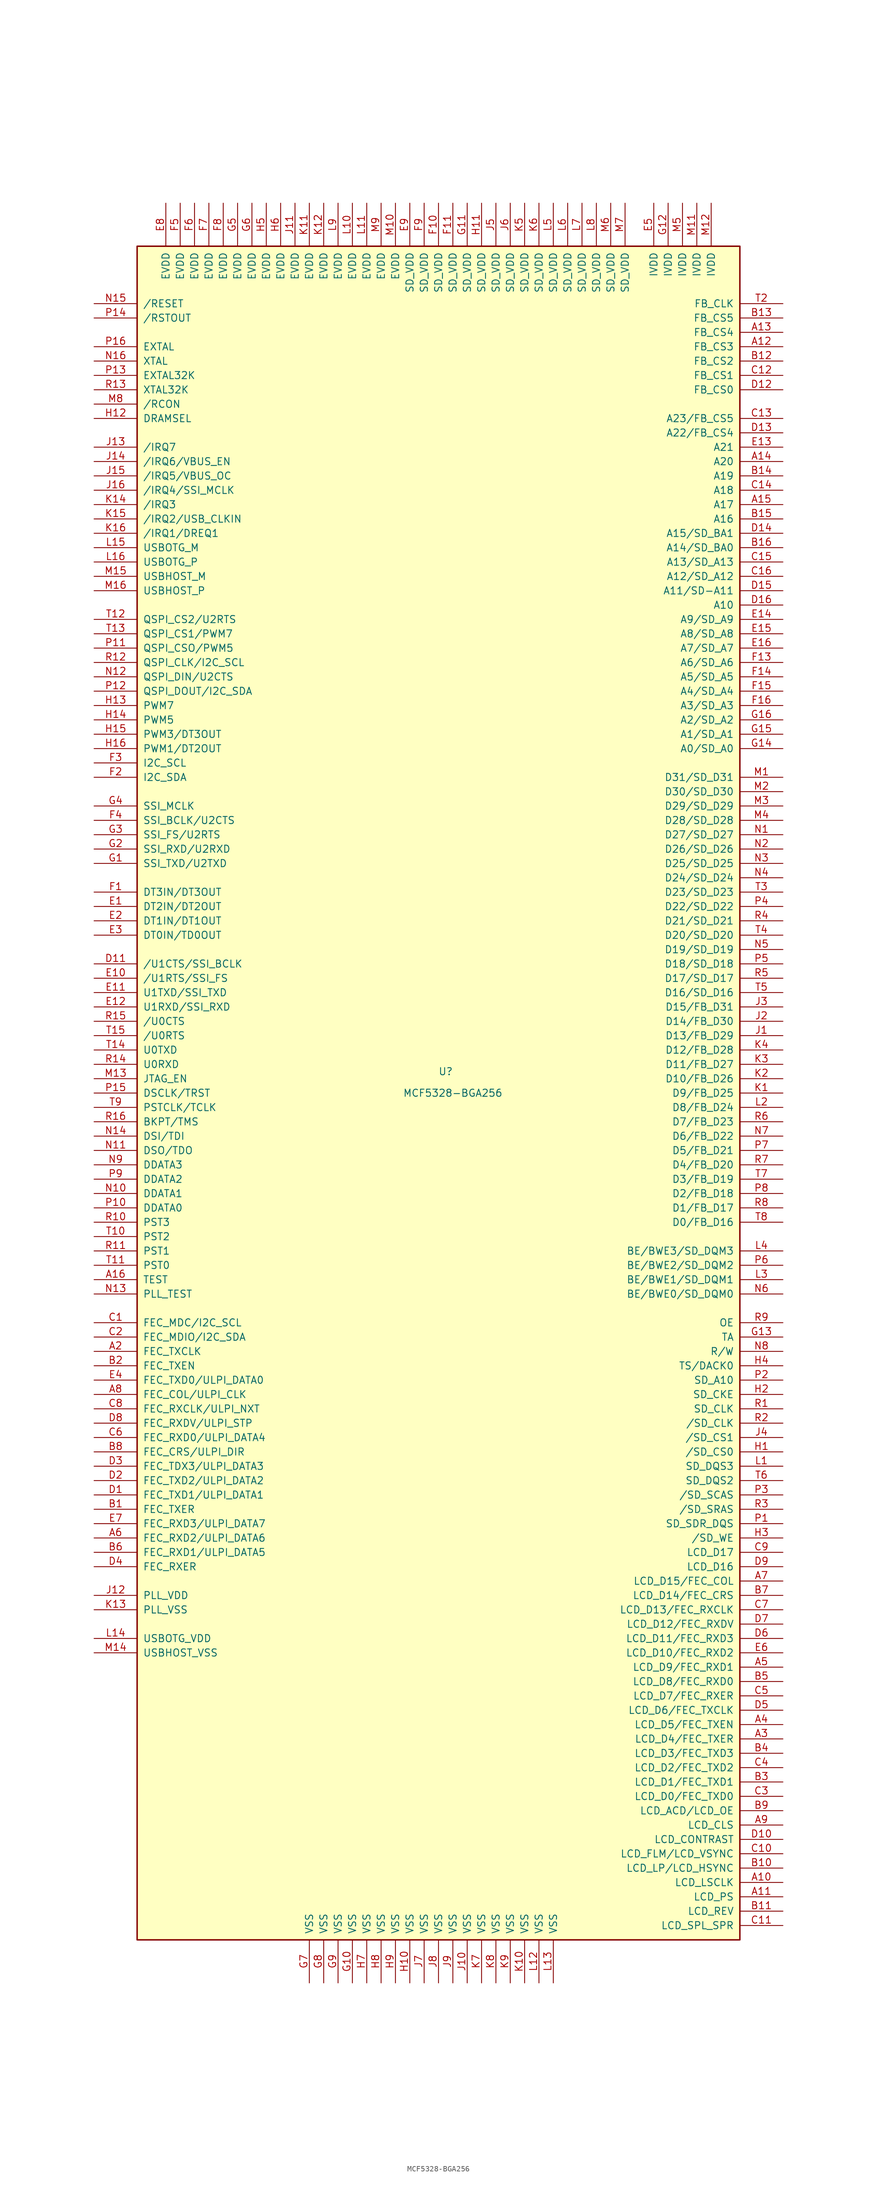
<source format=kicad_sym>
(kicad_symbol_lib
  (version 20231120)
  (generator "kicad_symbol_editor")
  (generator_version "8.0")
  (symbol "MCF5328-BGA256"
    (pin_names
      (offset 1.016))
    (property "Reference" "U"
      (at 1.27 3.81 0)
      (effects (font (size 1.27 1.27))))
    (property "Value" "MCF5328-BGA256"
      (at 2.54 0 0)
      (effects (font (size 1.27 1.27))))
    (symbol "MCF5328-BGA256_0_1"
      (rectangle (start -53.34 149.86) (end 53.34 -149.86) (stroke (width 0.254) (type default)) (fill (type background))))
    (symbol "MCF5328-BGA256_1_1"
      (pin output line (at 60.96 -139.7 180) (length 7.62) (name "LCD_LSCLK" (effects (font (size 1.27 1.27)))) (number "A10" (effects (font (size 1.27 1.27)))))
      (pin output line (at 60.96 -142.24 180) (length 7.62) (name "LCD_PS" (effects (font (size 1.27 1.27)))) (number "A11" (effects (font (size 1.27 1.27)))))
      (pin output line (at 60.96 132.08 180) (length 7.62) (name "FB_CS3" (effects (font (size 1.27 1.27)))) (number "A12" (effects (font (size 1.27 1.27)))))
      (pin output line (at 60.96 134.62 180) (length 7.62) (name "FB_CS4" (effects (font (size 1.27 1.27)))) (number "A13" (effects (font (size 1.27 1.27)))))
      (pin output line (at 60.96 111.76 180) (length 7.62) (name "A20" (effects (font (size 1.27 1.27)))) (number "A14" (effects (font (size 1.27 1.27)))))
      (pin output line (at 60.96 104.14 180) (length 7.62) (name "A17" (effects (font (size 1.27 1.27)))) (number "A15" (effects (font (size 1.27 1.27)))))
      (pin input line (at -60.96 -33.02 0) (length 7.62) (name "TEST" (effects (font (size 1.27 1.27)))) (number "A16" (effects (font (size 1.27 1.27)))))
      (pin input line (at -60.96 -45.72 0) (length 7.62) (name "FEC_TXCLK" (effects (font (size 1.27 1.27)))) (number "A2" (effects (font (size 1.27 1.27)))))
      (pin output line (at 60.96 -114.3 180) (length 7.62) (name "LCD_D4/FEC_TXER" (effects (font (size 1.27 1.27)))) (number "A3" (effects (font (size 1.27 1.27)))))
      (pin output line (at 60.96 -111.76 180) (length 7.62) (name "LCD_D5/FEC_TXEN" (effects (font (size 1.27 1.27)))) (number "A4" (effects (font (size 1.27 1.27)))))
      (pin output line (at 60.96 -101.6 180) (length 7.62) (name "LCD_D9/FEC_RXD1" (effects (font (size 1.27 1.27)))) (number "A5" (effects (font (size 1.27 1.27)))))
      (pin input line (at -60.96 -78.74 0) (length 7.62) (name "FEC_RXD2/ULPI_DATA6" (effects (font (size 1.27 1.27)))) (number "A6" (effects (font (size 1.27 1.27)))))
      (pin output line (at 60.96 -86.36 180) (length 7.62) (name "LCD_D15/FEC_COL" (effects (font (size 1.27 1.27)))) (number "A7" (effects (font (size 1.27 1.27)))))
      (pin input line (at -60.96 -53.34 0) (length 7.62) (name "FEC_COL/ULPI_CLK" (effects (font (size 1.27 1.27)))) (number "A8" (effects (font (size 1.27 1.27)))))
      (pin output line (at 60.96 -129.54 180) (length 7.62) (name "LCD_CLS" (effects (font (size 1.27 1.27)))) (number "A9" (effects (font (size 1.27 1.27)))))
      (pin output line (at -60.96 -73.66 0) (length 7.62) (name "FEC_TXER" (effects (font (size 1.27 1.27)))) (number "B1" (effects (font (size 1.27 1.27)))))
      (pin output line (at 60.96 -137.16 180) (length 7.62) (name "LCD_LP/LCD_HSYNC" (effects (font (size 1.27 1.27)))) (number "B10" (effects (font (size 1.27 1.27)))))
      (pin output line (at 60.96 -144.78 180) (length 7.62) (name "LCD_REV" (effects (font (size 1.27 1.27)))) (number "B11" (effects (font (size 1.27 1.27)))))
      (pin output line (at 60.96 129.54 180) (length 7.62) (name "FB_CS2" (effects (font (size 1.27 1.27)))) (number "B12" (effects (font (size 1.27 1.27)))))
      (pin output line (at 60.96 137.16 180) (length 7.62) (name "FB_CS5" (effects (font (size 1.27 1.27)))) (number "B13" (effects (font (size 1.27 1.27)))))
      (pin output line (at 60.96 109.22 180) (length 7.62) (name "A19" (effects (font (size 1.27 1.27)))) (number "B14" (effects (font (size 1.27 1.27)))))
      (pin output line (at 60.96 101.6 180) (length 7.62) (name "A16" (effects (font (size 1.27 1.27)))) (number "B15" (effects (font (size 1.27 1.27)))))
      (pin output line (at 60.96 96.52 180) (length 7.62) (name "A14/SD_BA0" (effects (font (size 1.27 1.27)))) (number "B16" (effects (font (size 1.27 1.27)))))
      (pin output line (at -60.96 -48.26 0) (length 7.62) (name "FEC_TXEN" (effects (font (size 1.27 1.27)))) (number "B2" (effects (font (size 1.27 1.27)))))
      (pin output line (at 60.96 -121.92 180) (length 7.62) (name "LCD_D1/FEC_TXD1" (effects (font (size 1.27 1.27)))) (number "B3" (effects (font (size 1.27 1.27)))))
      (pin output line (at 60.96 -116.84 180) (length 7.62) (name "LCD_D3/FEC_TXD3" (effects (font (size 1.27 1.27)))) (number "B4" (effects (font (size 1.27 1.27)))))
      (pin output line (at 60.96 -104.14 180) (length 7.62) (name "LCD_D8/FEC_RXD0" (effects (font (size 1.27 1.27)))) (number "B5" (effects (font (size 1.27 1.27)))))
      (pin input line (at -60.96 -81.28 0) (length 7.62) (name "FEC_RXD1/ULPI_DATA5" (effects (font (size 1.27 1.27)))) (number "B6" (effects (font (size 1.27 1.27)))))
      (pin output line (at 60.96 -88.9 180) (length 7.62) (name "LCD_D14/FEC_CRS" (effects (font (size 1.27 1.27)))) (number "B7" (effects (font (size 1.27 1.27)))))
      (pin input line (at -60.96 -63.5 0) (length 7.62) (name "FEC_CRS/ULPI_DIR" (effects (font (size 1.27 1.27)))) (number "B8" (effects (font (size 1.27 1.27)))))
      (pin output line (at 60.96 -127 180) (length 7.62) (name "LCD_ACD/LCD_OE" (effects (font (size 1.27 1.27)))) (number "B9" (effects (font (size 1.27 1.27)))))
      (pin output line (at -60.96 -40.64 0) (length 7.62) (name "FEC_MDC/I2C_SCL" (effects (font (size 1.27 1.27)))) (number "C1" (effects (font (size 1.27 1.27)))))
      (pin output line (at 60.96 -134.62 180) (length 7.62) (name "LCD_FLM/LCD_VSYNC" (effects (font (size 1.27 1.27)))) (number "C10" (effects (font (size 1.27 1.27)))))
      (pin output line (at 60.96 -147.32 180) (length 7.62) (name "LCD_SPL_SPR" (effects (font (size 1.27 1.27)))) (number "C11" (effects (font (size 1.27 1.27)))))
      (pin output line (at 60.96 127 180) (length 7.62) (name "FB_CS1" (effects (font (size 1.27 1.27)))) (number "C12" (effects (font (size 1.27 1.27)))))
      (pin output line (at 60.96 119.38 180) (length 7.62) (name "A23/FB_CS5" (effects (font (size 1.27 1.27)))) (number "C13" (effects (font (size 1.27 1.27)))))
      (pin output line (at 60.96 106.68 180) (length 7.62) (name "A18" (effects (font (size 1.27 1.27)))) (number "C14" (effects (font (size 1.27 1.27)))))
      (pin output line (at 60.96 93.98 180) (length 7.62) (name "A13/SD_A13" (effects (font (size 1.27 1.27)))) (number "C15" (effects (font (size 1.27 1.27)))))
      (pin output line (at 60.96 91.44 180) (length 7.62) (name "A12/SD_A12" (effects (font (size 1.27 1.27)))) (number "C16" (effects (font (size 1.27 1.27)))))
      (pin bidirectional line (at -60.96 -43.18 0) (length 7.62) (name "FEC_MDIO/I2C_SDA" (effects (font (size 1.27 1.27)))) (number "C2" (effects (font (size 1.27 1.27)))))
      (pin output line (at 60.96 -124.46 180) (length 7.62) (name "LCD_D0/FEC_TXD0" (effects (font (size 1.27 1.27)))) (number "C3" (effects (font (size 1.27 1.27)))))
      (pin output line (at 60.96 -119.38 180) (length 7.62) (name "LCD_D2/FEC_TXD2" (effects (font (size 1.27 1.27)))) (number "C4" (effects (font (size 1.27 1.27)))))
      (pin output line (at 60.96 -106.68 180) (length 7.62) (name "LCD_D7/FEC_RXER" (effects (font (size 1.27 1.27)))) (number "C5" (effects (font (size 1.27 1.27)))))
      (pin input line (at -60.96 -60.96 0) (length 7.62) (name "FEC_RXD0/ULPI_DATA4" (effects (font (size 1.27 1.27)))) (number "C6" (effects (font (size 1.27 1.27)))))
      (pin output line (at 60.96 -91.44 180) (length 7.62) (name "LCD_D13/FEC_RXCLK" (effects (font (size 1.27 1.27)))) (number "C7" (effects (font (size 1.27 1.27)))))
      (pin input line (at -60.96 -55.88 0) (length 7.62) (name "FEC_RXCLK/ULPI_NXT" (effects (font (size 1.27 1.27)))) (number "C8" (effects (font (size 1.27 1.27)))))
      (pin output line (at 60.96 -81.28 180) (length 7.62) (name "LCD_D17" (effects (font (size 1.27 1.27)))) (number "C9" (effects (font (size 1.27 1.27)))))
      (pin output line (at -60.96 -71.12 0) (length 7.62) (name "FEC_TXD1/ULPI_DATA1" (effects (font (size 1.27 1.27)))) (number "D1" (effects (font (size 1.27 1.27)))))
      (pin output line (at 60.96 -132.08 180) (length 7.62) (name "LCD_CONTRAST" (effects (font (size 1.27 1.27)))) (number "D10" (effects (font (size 1.27 1.27)))))
      (pin input line (at -60.96 22.86 0) (length 7.62) (name "/U1CTS/SSI_BCLK" (effects (font (size 1.27 1.27)))) (number "D11" (effects (font (size 1.27 1.27)))))
      (pin output line (at 60.96 124.46 180) (length 7.62) (name "FB_CS0" (effects (font (size 1.27 1.27)))) (number "D12" (effects (font (size 1.27 1.27)))))
      (pin output line (at 60.96 116.84 180) (length 7.62) (name "A22/FB_CS4" (effects (font (size 1.27 1.27)))) (number "D13" (effects (font (size 1.27 1.27)))))
      (pin output line (at 60.96 99.06 180) (length 7.62) (name "A15/SD_BA1" (effects (font (size 1.27 1.27)))) (number "D14" (effects (font (size 1.27 1.27)))))
      (pin output line (at 60.96 88.9 180) (length 7.62) (name "A11/SD-A11" (effects (font (size 1.27 1.27)))) (number "D15" (effects (font (size 1.27 1.27)))))
      (pin output line (at 60.96 86.36 180) (length 7.62) (name "A10" (effects (font (size 1.27 1.27)))) (number "D16" (effects (font (size 1.27 1.27)))))
      (pin output line (at -60.96 -68.58 0) (length 7.62) (name "FEC_TXD2/ULPI_DATA2" (effects (font (size 1.27 1.27)))) (number "D2" (effects (font (size 1.27 1.27)))))
      (pin output line (at -60.96 -66.04 0) (length 7.62) (name "FEC_TDX3/ULPI_DATA3" (effects (font (size 1.27 1.27)))) (number "D3" (effects (font (size 1.27 1.27)))))
      (pin input line (at -60.96 -83.82 0) (length 7.62) (name "FEC_RXER" (effects (font (size 1.27 1.27)))) (number "D4" (effects (font (size 1.27 1.27)))))
      (pin output line (at 60.96 -109.22 180) (length 7.62) (name "LCD_D6/FEC_TXCLK" (effects (font (size 1.27 1.27)))) (number "D5" (effects (font (size 1.27 1.27)))))
      (pin output line (at 60.96 -96.52 180) (length 7.62) (name "LCD_D11/FEC_RXD3" (effects (font (size 1.27 1.27)))) (number "D6" (effects (font (size 1.27 1.27)))))
      (pin output line (at 60.96 -93.98 180) (length 7.62) (name "LCD_D12/FEC_RXDV" (effects (font (size 1.27 1.27)))) (number "D7" (effects (font (size 1.27 1.27)))))
      (pin input line (at -60.96 -58.42 0) (length 7.62) (name "FEC_RXDV/ULPI_STP" (effects (font (size 1.27 1.27)))) (number "D8" (effects (font (size 1.27 1.27)))))
      (pin output line (at 60.96 -83.82 180) (length 7.62) (name "LCD_D16" (effects (font (size 1.27 1.27)))) (number "D9" (effects (font (size 1.27 1.27)))))
      (pin input line (at -60.96 33.02 0) (length 7.62) (name "DT2IN/DT2OUT" (effects (font (size 1.27 1.27)))) (number "E1" (effects (font (size 1.27 1.27)))))
      (pin output line (at -60.96 20.32 0) (length 7.62) (name "/U1RTS/SSI_FS" (effects (font (size 1.27 1.27)))) (number "E10" (effects (font (size 1.27 1.27)))))
      (pin output line (at -60.96 17.78 0) (length 7.62) (name "U1TXD/SSI_TXD" (effects (font (size 1.27 1.27)))) (number "E11" (effects (font (size 1.27 1.27)))))
      (pin input line (at -60.96 15.24 0) (length 7.62) (name "U1RXD/SSI_RXD" (effects (font (size 1.27 1.27)))) (number "E12" (effects (font (size 1.27 1.27)))))
      (pin output line (at 60.96 114.3 180) (length 7.62) (name "A21" (effects (font (size 1.27 1.27)))) (number "E13" (effects (font (size 1.27 1.27)))))
      (pin output line (at 60.96 83.82 180) (length 7.62) (name "A9/SD_A9" (effects (font (size 1.27 1.27)))) (number "E14" (effects (font (size 1.27 1.27)))))
      (pin output line (at 60.96 81.28 180) (length 7.62) (name "A8/SD_A8" (effects (font (size 1.27 1.27)))) (number "E15" (effects (font (size 1.27 1.27)))))
      (pin output line (at 60.96 78.74 180) (length 7.62) (name "A7/SD_A7" (effects (font (size 1.27 1.27)))) (number "E16" (effects (font (size 1.27 1.27)))))
      (pin input line (at -60.96 30.48 0) (length 7.62) (name "DT1IN/DT1OUT" (effects (font (size 1.27 1.27)))) (number "E2" (effects (font (size 1.27 1.27)))))
      (pin input line (at -60.96 27.94 0) (length 7.62) (name "DT0IN/TD0OUT" (effects (font (size 1.27 1.27)))) (number "E3" (effects (font (size 1.27 1.27)))))
      (pin output line (at -60.96 -50.8 0) (length 7.62) (name "FEC_TXD0/ULPI_DATA0" (effects (font (size 1.27 1.27)))) (number "E4" (effects (font (size 1.27 1.27)))))
      (pin power_in line (at 38.1 157.48 270) (length 7.62) (name "IVDD" (effects (font (size 1.27 1.27)))) (number "E5" (effects (font (size 1.27 1.27)))))
      (pin output line (at 60.96 -99.06 180) (length 7.62) (name "LCD_D10/FEC_RXD2" (effects (font (size 1.27 1.27)))) (number "E6" (effects (font (size 1.27 1.27)))))
      (pin input line (at -60.96 -76.2 0) (length 7.62) (name "FEC_RXD3/ULPI_DATA7" (effects (font (size 1.27 1.27)))) (number "E7" (effects (font (size 1.27 1.27)))))
      (pin power_in line (at -48.26 157.48 270) (length 7.62) (name "EVDD" (effects (font (size 1.27 1.27)))) (number "E8" (effects (font (size 1.27 1.27)))))
      (pin power_in line (at -5.08 157.48 270) (length 7.62) (name "SD_VDD" (effects (font (size 1.27 1.27)))) (number "E9" (effects (font (size 1.27 1.27)))))
      (pin input line (at -60.96 35.56 0) (length 7.62) (name "DT3IN/DT3OUT" (effects (font (size 1.27 1.27)))) (number "F1" (effects (font (size 1.27 1.27)))))
      (pin power_in line (at 0 157.48 270) (length 7.62) (name "SD_VDD" (effects (font (size 1.27 1.27)))) (number "F10" (effects (font (size 1.27 1.27)))))
      (pin power_in line (at 2.54 157.48 270) (length 7.62) (name "SD_VDD" (effects (font (size 1.27 1.27)))) (number "F11" (effects (font (size 1.27 1.27)))))
      (pin output line (at 60.96 76.2 180) (length 7.62) (name "A6/SD_A6" (effects (font (size 1.27 1.27)))) (number "F13" (effects (font (size 1.27 1.27)))))
      (pin output line (at 60.96 73.66 180) (length 7.62) (name "A5/SD_A5" (effects (font (size 1.27 1.27)))) (number "F14" (effects (font (size 1.27 1.27)))))
      (pin output line (at 60.96 71.12 180) (length 7.62) (name "A4/SD_A4" (effects (font (size 1.27 1.27)))) (number "F15" (effects (font (size 1.27 1.27)))))
      (pin output line (at 60.96 68.58 180) (length 7.62) (name "A3/SD_A3" (effects (font (size 1.27 1.27)))) (number "F16" (effects (font (size 1.27 1.27)))))
      (pin bidirectional line (at -60.96 55.88 0) (length 7.62) (name "I2C_SDA" (effects (font (size 1.27 1.27)))) (number "F2" (effects (font (size 1.27 1.27)))))
      (pin bidirectional line (at -60.96 58.42 0) (length 7.62) (name "I2C_SCL" (effects (font (size 1.27 1.27)))) (number "F3" (effects (font (size 1.27 1.27)))))
      (pin bidirectional line (at -60.96 48.26 0) (length 7.62) (name "SSI_BCLK/U2CTS" (effects (font (size 1.27 1.27)))) (number "F4" (effects (font (size 1.27 1.27)))))
      (pin power_in line (at -45.72 157.48 270) (length 7.62) (name "EVDD" (effects (font (size 1.27 1.27)))) (number "F5" (effects (font (size 1.27 1.27)))))
      (pin power_in line (at -43.18 157.48 270) (length 7.62) (name "EVDD" (effects (font (size 1.27 1.27)))) (number "F6" (effects (font (size 1.27 1.27)))))
      (pin power_in line (at -40.64 157.48 270) (length 7.62) (name "EVDD" (effects (font (size 1.27 1.27)))) (number "F7" (effects (font (size 1.27 1.27)))))
      (pin power_in line (at -38.1 157.48 270) (length 7.62) (name "EVDD" (effects (font (size 1.27 1.27)))) (number "F8" (effects (font (size 1.27 1.27)))))
      (pin power_in line (at -2.54 157.48 270) (length 7.62) (name "SD_VDD" (effects (font (size 1.27 1.27)))) (number "F9" (effects (font (size 1.27 1.27)))))
      (pin output line (at -60.96 40.64 0) (length 7.62) (name "SSI_TXD/U2TXD" (effects (font (size 1.27 1.27)))) (number "G1" (effects (font (size 1.27 1.27)))))
      (pin power_in line (at -15.24 -157.48 90) (length 7.62) (name "VSS" (effects (font (size 1.27 1.27)))) (number "G10" (effects (font (size 1.27 1.27)))))
      (pin power_in line (at 5.08 157.48 270) (length 7.62) (name "SD_VDD" (effects (font (size 1.27 1.27)))) (number "G11" (effects (font (size 1.27 1.27)))))
      (pin power_in line (at 40.64 157.48 270) (length 7.62) (name "IVDD" (effects (font (size 1.27 1.27)))) (number "G12" (effects (font (size 1.27 1.27)))))
      (pin input line (at 60.96 -43.18 180) (length 7.62) (name "TA" (effects (font (size 1.27 1.27)))) (number "G13" (effects (font (size 1.27 1.27)))))
      (pin output line (at 60.96 60.96 180) (length 7.62) (name "A0/SD_A0" (effects (font (size 1.27 1.27)))) (number "G14" (effects (font (size 1.27 1.27)))))
      (pin output line (at 60.96 63.5 180) (length 7.62) (name "A1/SD_A1" (effects (font (size 1.27 1.27)))) (number "G15" (effects (font (size 1.27 1.27)))))
      (pin output line (at 60.96 66.04 180) (length 7.62) (name "A2/SD_A2" (effects (font (size 1.27 1.27)))) (number "G16" (effects (font (size 1.27 1.27)))))
      (pin input line (at -60.96 43.18 0) (length 7.62) (name "SSI_RXD/U2RXD" (effects (font (size 1.27 1.27)))) (number "G2" (effects (font (size 1.27 1.27)))))
      (pin bidirectional line (at -60.96 45.72 0) (length 7.62) (name "SSI_FS/U2RTS" (effects (font (size 1.27 1.27)))) (number "G3" (effects (font (size 1.27 1.27)))))
      (pin bidirectional line (at -60.96 50.8 0) (length 7.62) (name "SSI_MCLK" (effects (font (size 1.27 1.27)))) (number "G4" (effects (font (size 1.27 1.27)))))
      (pin power_in line (at -35.56 157.48 270) (length 7.62) (name "EVDD" (effects (font (size 1.27 1.27)))) (number "G5" (effects (font (size 1.27 1.27)))))
      (pin power_in line (at -33.02 157.48 270) (length 7.62) (name "EVDD" (effects (font (size 1.27 1.27)))) (number "G6" (effects (font (size 1.27 1.27)))))
      (pin power_in line (at -22.86 -157.48 90) (length 7.62) (name "VSS" (effects (font (size 1.27 1.27)))) (number "G7" (effects (font (size 1.27 1.27)))))
      (pin power_in line (at -20.32 -157.48 90) (length 7.62) (name "VSS" (effects (font (size 1.27 1.27)))) (number "G8" (effects (font (size 1.27 1.27)))))
      (pin power_in line (at -17.78 -157.48 90) (length 7.62) (name "VSS" (effects (font (size 1.27 1.27)))) (number "G9" (effects (font (size 1.27 1.27)))))
      (pin output line (at 60.96 -63.5 180) (length 7.62) (name "/SD_CS0" (effects (font (size 1.27 1.27)))) (number "H1" (effects (font (size 1.27 1.27)))))
      (pin power_in line (at -5.08 -157.48 90) (length 7.62) (name "VSS" (effects (font (size 1.27 1.27)))) (number "H10" (effects (font (size 1.27 1.27)))))
      (pin power_in line (at 7.62 157.48 270) (length 7.62) (name "SD_VDD" (effects (font (size 1.27 1.27)))) (number "H11" (effects (font (size 1.27 1.27)))))
      (pin input line (at -60.96 119.38 0) (length 7.62) (name "DRAMSEL" (effects (font (size 1.27 1.27)))) (number "H12" (effects (font (size 1.27 1.27)))))
      (pin bidirectional line (at -60.96 68.58 0) (length 7.62) (name "PWM7" (effects (font (size 1.27 1.27)))) (number "H13" (effects (font (size 1.27 1.27)))))
      (pin bidirectional line (at -60.96 66.04 0) (length 7.62) (name "PWM5" (effects (font (size 1.27 1.27)))) (number "H14" (effects (font (size 1.27 1.27)))))
      (pin bidirectional line (at -60.96 63.5 0) (length 7.62) (name "PWM3/DT3OUT" (effects (font (size 1.27 1.27)))) (number "H15" (effects (font (size 1.27 1.27)))))
      (pin bidirectional line (at -60.96 60.96 0) (length 7.62) (name "PWM1/DT2OUT" (effects (font (size 1.27 1.27)))) (number "H16" (effects (font (size 1.27 1.27)))))
      (pin output line (at 60.96 -53.34 180) (length 7.62) (name "SD_CKE" (effects (font (size 1.27 1.27)))) (number "H2" (effects (font (size 1.27 1.27)))))
      (pin output line (at 60.96 -78.74 180) (length 7.62) (name "/SD_WE" (effects (font (size 1.27 1.27)))) (number "H3" (effects (font (size 1.27 1.27)))))
      (pin output line (at 60.96 -48.26 180) (length 7.62) (name "TS/DACK0" (effects (font (size 1.27 1.27)))) (number "H4" (effects (font (size 1.27 1.27)))))
      (pin power_in line (at -30.48 157.48 270) (length 7.62) (name "EVDD" (effects (font (size 1.27 1.27)))) (number "H5" (effects (font (size 1.27 1.27)))))
      (pin power_in line (at -27.94 157.48 270) (length 7.62) (name "EVDD" (effects (font (size 1.27 1.27)))) (number "H6" (effects (font (size 1.27 1.27)))))
      (pin power_in line (at -12.7 -157.48 90) (length 7.62) (name "VSS" (effects (font (size 1.27 1.27)))) (number "H7" (effects (font (size 1.27 1.27)))))
      (pin power_in line (at -10.16 -157.48 90) (length 7.62) (name "VSS" (effects (font (size 1.27 1.27)))) (number "H8" (effects (font (size 1.27 1.27)))))
      (pin power_in line (at -7.62 -157.48 90) (length 7.62) (name "VSS" (effects (font (size 1.27 1.27)))) (number "H9" (effects (font (size 1.27 1.27)))))
      (pin output line (at 60.96 10.16 180) (length 7.62) (name "D13/FB_D29" (effects (font (size 1.27 1.27)))) (number "J1" (effects (font (size 1.27 1.27)))))
      (pin power_in line (at 5.08 -157.48 90) (length 7.62) (name "VSS" (effects (font (size 1.27 1.27)))) (number "J10" (effects (font (size 1.27 1.27)))))
      (pin power_in line (at -25.4 157.48 270) (length 7.62) (name "EVDD" (effects (font (size 1.27 1.27)))) (number "J11" (effects (font (size 1.27 1.27)))))
      (pin power_in line (at -60.96 -88.9 0) (length 7.62) (name "PLL_VDD" (effects (font (size 1.27 1.27)))) (number "J12" (effects (font (size 1.27 1.27)))))
      (pin input line (at -60.96 114.3 0) (length 7.62) (name "/IRQ7" (effects (font (size 1.27 1.27)))) (number "J13" (effects (font (size 1.27 1.27)))))
      (pin input line (at -60.96 111.76 0) (length 7.62) (name "/IRQ6/VBUS_EN" (effects (font (size 1.27 1.27)))) (number "J14" (effects (font (size 1.27 1.27)))))
      (pin input line (at -60.96 109.22 0) (length 7.62) (name "/IRQ5/VBUS_OC" (effects (font (size 1.27 1.27)))) (number "J15" (effects (font (size 1.27 1.27)))))
      (pin input line (at -60.96 106.68 0) (length 7.62) (name "/IRQ4/SSI_MCLK" (effects (font (size 1.27 1.27)))) (number "J16" (effects (font (size 1.27 1.27)))))
      (pin output line (at 60.96 12.7 180) (length 7.62) (name "D14/FB_D30" (effects (font (size 1.27 1.27)))) (number "J2" (effects (font (size 1.27 1.27)))))
      (pin output line (at 60.96 15.24 180) (length 7.62) (name "D15/FB_D31" (effects (font (size 1.27 1.27)))) (number "J3" (effects (font (size 1.27 1.27)))))
      (pin output line (at 60.96 -60.96 180) (length 7.62) (name "/SD_CS1" (effects (font (size 1.27 1.27)))) (number "J4" (effects (font (size 1.27 1.27)))))
      (pin power_in line (at 10.16 157.48 270) (length 7.62) (name "SD_VDD" (effects (font (size 1.27 1.27)))) (number "J5" (effects (font (size 1.27 1.27)))))
      (pin power_in line (at 12.7 157.48 270) (length 7.62) (name "SD_VDD" (effects (font (size 1.27 1.27)))) (number "J6" (effects (font (size 1.27 1.27)))))
      (pin power_in line (at -2.54 -157.48 90) (length 7.62) (name "VSS" (effects (font (size 1.27 1.27)))) (number "J7" (effects (font (size 1.27 1.27)))))
      (pin power_in line (at 0 -157.48 90) (length 7.62) (name "VSS" (effects (font (size 1.27 1.27)))) (number "J8" (effects (font (size 1.27 1.27)))))
      (pin power_in line (at 2.54 -157.48 90) (length 7.62) (name "VSS" (effects (font (size 1.27 1.27)))) (number "J9" (effects (font (size 1.27 1.27)))))
      (pin output line (at 60.96 0 180) (length 7.62) (name "D9/FB_D25" (effects (font (size 1.27 1.27)))) (number "K1" (effects (font (size 1.27 1.27)))))
      (pin power_in line (at 15.24 -157.48 90) (length 7.62) (name "VSS" (effects (font (size 1.27 1.27)))) (number "K10" (effects (font (size 1.27 1.27)))))
      (pin power_in line (at -22.86 157.48 270) (length 7.62) (name "EVDD" (effects (font (size 1.27 1.27)))) (number "K11" (effects (font (size 1.27 1.27)))))
      (pin power_in line (at -20.32 157.48 270) (length 7.62) (name "EVDD" (effects (font (size 1.27 1.27)))) (number "K12" (effects (font (size 1.27 1.27)))))
      (pin power_in line (at -60.96 -91.44 0) (length 7.62) (name "PLL_VSS" (effects (font (size 1.27 1.27)))) (number "K13" (effects (font (size 1.27 1.27)))))
      (pin input line (at -60.96 104.14 0) (length 7.62) (name "/IRQ3" (effects (font (size 1.27 1.27)))) (number "K14" (effects (font (size 1.27 1.27)))))
      (pin input line (at -60.96 101.6 0) (length 7.62) (name "/IRQ2/USB_CLKIN" (effects (font (size 1.27 1.27)))) (number "K15" (effects (font (size 1.27 1.27)))))
      (pin input line (at -60.96 99.06 0) (length 7.62) (name "/IRQ1/DREQ1" (effects (font (size 1.27 1.27)))) (number "K16" (effects (font (size 1.27 1.27)))))
      (pin output line (at 60.96 2.54 180) (length 7.62) (name "D10/FB_D26" (effects (font (size 1.27 1.27)))) (number "K2" (effects (font (size 1.27 1.27)))))
      (pin output line (at 60.96 5.08 180) (length 7.62) (name "D11/FB_D27" (effects (font (size 1.27 1.27)))) (number "K3" (effects (font (size 1.27 1.27)))))
      (pin output line (at 60.96 7.62 180) (length 7.62) (name "D12/FB_D28" (effects (font (size 1.27 1.27)))) (number "K4" (effects (font (size 1.27 1.27)))))
      (pin power_in line (at 15.24 157.48 270) (length 7.62) (name "SD_VDD" (effects (font (size 1.27 1.27)))) (number "K5" (effects (font (size 1.27 1.27)))))
      (pin power_in line (at 17.78 157.48 270) (length 7.62) (name "SD_VDD" (effects (font (size 1.27 1.27)))) (number "K6" (effects (font (size 1.27 1.27)))))
      (pin power_in line (at 7.62 -157.48 90) (length 7.62) (name "VSS" (effects (font (size 1.27 1.27)))) (number "K7" (effects (font (size 1.27 1.27)))))
      (pin power_in line (at 10.16 -157.48 90) (length 7.62) (name "VSS" (effects (font (size 1.27 1.27)))) (number "K8" (effects (font (size 1.27 1.27)))))
      (pin power_in line (at 12.7 -157.48 90) (length 7.62) (name "VSS" (effects (font (size 1.27 1.27)))) (number "K9" (effects (font (size 1.27 1.27)))))
      (pin input line (at 60.96 -66.04 180) (length 7.62) (name "SD_DQS3" (effects (font (size 1.27 1.27)))) (number "L1" (effects (font (size 1.27 1.27)))))
      (pin power_in line (at -15.24 157.48 270) (length 7.62) (name "EVDD" (effects (font (size 1.27 1.27)))) (number "L10" (effects (font (size 1.27 1.27)))))
      (pin power_in line (at -12.7 157.48 270) (length 7.62) (name "EVDD" (effects (font (size 1.27 1.27)))) (number "L11" (effects (font (size 1.27 1.27)))))
      (pin power_in line (at 17.78 -157.48 90) (length 7.62) (name "VSS" (effects (font (size 1.27 1.27)))) (number "L12" (effects (font (size 1.27 1.27)))))
      (pin power_in line (at 20.32 -157.48 90) (length 7.62) (name "VSS" (effects (font (size 1.27 1.27)))) (number "L13" (effects (font (size 1.27 1.27)))))
      (pin power_in line (at -60.96 -96.52 0) (length 7.62) (name "USBOTG_VDD" (effects (font (size 1.27 1.27)))) (number "L14" (effects (font (size 1.27 1.27)))))
      (pin bidirectional line (at -60.96 96.52 0) (length 7.62) (name "USBOTG_M" (effects (font (size 1.27 1.27)))) (number "L15" (effects (font (size 1.27 1.27)))))
      (pin bidirectional line (at -60.96 93.98 0) (length 7.62) (name "USBOTG_P" (effects (font (size 1.27 1.27)))) (number "L16" (effects (font (size 1.27 1.27)))))
      (pin output line (at 60.96 -2.54 180) (length 7.62) (name "D8/FB_D24" (effects (font (size 1.27 1.27)))) (number "L2" (effects (font (size 1.27 1.27)))))
      (pin output line (at 60.96 -33.02 180) (length 7.62) (name "BE/BWE1/SD_DQM1" (effects (font (size 1.27 1.27)))) (number "L3" (effects (font (size 1.27 1.27)))))
      (pin output line (at 60.96 -27.94 180) (length 7.62) (name "BE/BWE3/SD_DQM3" (effects (font (size 1.27 1.27)))) (number "L4" (effects (font (size 1.27 1.27)))))
      (pin power_in line (at 20.32 157.48 270) (length 7.62) (name "SD_VDD" (effects (font (size 1.27 1.27)))) (number "L5" (effects (font (size 1.27 1.27)))))
      (pin power_in line (at 22.86 157.48 270) (length 7.62) (name "SD_VDD" (effects (font (size 1.27 1.27)))) (number "L6" (effects (font (size 1.27 1.27)))))
      (pin power_in line (at 25.4 157.48 270) (length 7.62) (name "SD_VDD" (effects (font (size 1.27 1.27)))) (number "L7" (effects (font (size 1.27 1.27)))))
      (pin power_in line (at 27.94 157.48 270) (length 7.62) (name "SD_VDD" (effects (font (size 1.27 1.27)))) (number "L8" (effects (font (size 1.27 1.27)))))
      (pin power_in line (at -17.78 157.48 270) (length 7.62) (name "EVDD" (effects (font (size 1.27 1.27)))) (number "L9" (effects (font (size 1.27 1.27)))))
      (pin output line (at 60.96 55.88 180) (length 7.62) (name "D31/SD_D31" (effects (font (size 1.27 1.27)))) (number "M1" (effects (font (size 1.27 1.27)))))
      (pin power_in line (at -7.62 157.48 270) (length 7.62) (name "EVDD" (effects (font (size 1.27 1.27)))) (number "M10" (effects (font (size 1.27 1.27)))))
      (pin power_in line (at 45.72 157.48 270) (length 7.62) (name "IVDD" (effects (font (size 1.27 1.27)))) (number "M11" (effects (font (size 1.27 1.27)))))
      (pin power_in line (at 48.26 157.48 270) (length 7.62) (name "IVDD" (effects (font (size 1.27 1.27)))) (number "M12" (effects (font (size 1.27 1.27)))))
      (pin input line (at -60.96 2.54 0) (length 7.62) (name "JTAG_EN" (effects (font (size 1.27 1.27)))) (number "M13" (effects (font (size 1.27 1.27)))))
      (pin power_in line (at -60.96 -99.06 0) (length 7.62) (name "USBHOST_VSS" (effects (font (size 1.27 1.27)))) (number "M14" (effects (font (size 1.27 1.27)))))
      (pin bidirectional line (at -60.96 91.44 0) (length 7.62) (name "USBHOST_M" (effects (font (size 1.27 1.27)))) (number "M15" (effects (font (size 1.27 1.27)))))
      (pin bidirectional line (at -60.96 88.9 0) (length 7.62) (name "USBHOST_P" (effects (font (size 1.27 1.27)))) (number "M16" (effects (font (size 1.27 1.27)))))
      (pin output line (at 60.96 53.34 180) (length 7.62) (name "D30/SD_D30" (effects (font (size 1.27 1.27)))) (number "M2" (effects (font (size 1.27 1.27)))))
      (pin output line (at 60.96 50.8 180) (length 7.62) (name "D29/SD_D29" (effects (font (size 1.27 1.27)))) (number "M3" (effects (font (size 1.27 1.27)))))
      (pin output line (at 60.96 48.26 180) (length 7.62) (name "D28/SD_D28" (effects (font (size 1.27 1.27)))) (number "M4" (effects (font (size 1.27 1.27)))))
      (pin power_in line (at 43.18 157.48 270) (length 7.62) (name "IVDD" (effects (font (size 1.27 1.27)))) (number "M5" (effects (font (size 1.27 1.27)))))
      (pin power_in line (at 30.48 157.48 270) (length 7.62) (name "SD_VDD" (effects (font (size 1.27 1.27)))) (number "M6" (effects (font (size 1.27 1.27)))))
      (pin power_in line (at 33.02 157.48 270) (length 7.62) (name "SD_VDD" (effects (font (size 1.27 1.27)))) (number "M7" (effects (font (size 1.27 1.27)))))
      (pin input line (at -60.96 121.92 0) (length 7.62) (name "/RCON" (effects (font (size 1.27 1.27)))) (number "M8" (effects (font (size 1.27 1.27)))))
      (pin power_in line (at -10.16 157.48 270) (length 7.62) (name "EVDD" (effects (font (size 1.27 1.27)))) (number "M9" (effects (font (size 1.27 1.27)))))
      (pin output line (at 60.96 45.72 180) (length 7.62) (name "D27/SD_D27" (effects (font (size 1.27 1.27)))) (number "N1" (effects (font (size 1.27 1.27)))))
      (pin output line (at -60.96 -17.78 0) (length 7.62) (name "DDATA1" (effects (font (size 1.27 1.27)))) (number "N10" (effects (font (size 1.27 1.27)))))
      (pin output line (at -60.96 -10.16 0) (length 7.62) (name "DSO/TDO" (effects (font (size 1.27 1.27)))) (number "N11" (effects (font (size 1.27 1.27)))))
      (pin input line (at -60.96 73.66 0) (length 7.62) (name "QSPI_DIN/U2CTS" (effects (font (size 1.27 1.27)))) (number "N12" (effects (font (size 1.27 1.27)))))
      (pin input line (at -60.96 -35.56 0) (length 7.62) (name "PLL_TEST" (effects (font (size 1.27 1.27)))) (number "N13" (effects (font (size 1.27 1.27)))))
      (pin input line (at -60.96 -7.62 0) (length 7.62) (name "DSI/TDI" (effects (font (size 1.27 1.27)))) (number "N14" (effects (font (size 1.27 1.27)))))
      (pin input line (at -60.96 139.7 0) (length 7.62) (name "/RESET" (effects (font (size 1.27 1.27)))) (number "N15" (effects (font (size 1.27 1.27)))))
      (pin output line (at -60.96 129.54 0) (length 7.62) (name "XTAL" (effects (font (size 1.27 1.27)))) (number "N16" (effects (font (size 1.27 1.27)))))
      (pin output line (at 60.96 43.18 180) (length 7.62) (name "D26/SD_D26" (effects (font (size 1.27 1.27)))) (number "N2" (effects (font (size 1.27 1.27)))))
      (pin output line (at 60.96 40.64 180) (length 7.62) (name "D25/SD_D25" (effects (font (size 1.27 1.27)))) (number "N3" (effects (font (size 1.27 1.27)))))
      (pin output line (at 60.96 38.1 180) (length 7.62) (name "D24/SD_D24" (effects (font (size 1.27 1.27)))) (number "N4" (effects (font (size 1.27 1.27)))))
      (pin output line (at 60.96 25.4 180) (length 7.62) (name "D19/SD_D19" (effects (font (size 1.27 1.27)))) (number "N5" (effects (font (size 1.27 1.27)))))
      (pin output line (at 60.96 -35.56 180) (length 7.62) (name "BE/BWE0/SD_DQM0" (effects (font (size 1.27 1.27)))) (number "N6" (effects (font (size 1.27 1.27)))))
      (pin output line (at 60.96 -7.62 180) (length 7.62) (name "D6/FB_D22" (effects (font (size 1.27 1.27)))) (number "N7" (effects (font (size 1.27 1.27)))))
      (pin output line (at 60.96 -45.72 180) (length 7.62) (name "R/W" (effects (font (size 1.27 1.27)))) (number "N8" (effects (font (size 1.27 1.27)))))
      (pin output line (at -60.96 -12.7 0) (length 7.62) (name "DDATA3" (effects (font (size 1.27 1.27)))) (number "N9" (effects (font (size 1.27 1.27)))))
      (pin output line (at 60.96 -76.2 180) (length 7.62) (name "SD_SDR_DQS" (effects (font (size 1.27 1.27)))) (number "P1" (effects (font (size 1.27 1.27)))))
      (pin output line (at -60.96 -20.32 0) (length 7.62) (name "DDATA0" (effects (font (size 1.27 1.27)))) (number "P10" (effects (font (size 1.27 1.27)))))
      (pin output line (at -60.96 78.74 0) (length 7.62) (name "QSPI_CSO/PWM5" (effects (font (size 1.27 1.27)))) (number "P11" (effects (font (size 1.27 1.27)))))
      (pin output line (at -60.96 71.12 0) (length 7.62) (name "QSPI_DOUT/I2C_SDA" (effects (font (size 1.27 1.27)))) (number "P12" (effects (font (size 1.27 1.27)))))
      (pin input line (at -60.96 127 0) (length 7.62) (name "EXTAL32K" (effects (font (size 1.27 1.27)))) (number "P13" (effects (font (size 1.27 1.27)))))
      (pin output line (at -60.96 137.16 0) (length 7.62) (name "/RSTOUT" (effects (font (size 1.27 1.27)))) (number "P14" (effects (font (size 1.27 1.27)))))
      (pin input line (at -60.96 0 0) (length 7.62) (name "DSCLK/TRST" (effects (font (size 1.27 1.27)))) (number "P15" (effects (font (size 1.27 1.27)))))
      (pin input line (at -60.96 132.08 0) (length 7.62) (name "EXTAL" (effects (font (size 1.27 1.27)))) (number "P16" (effects (font (size 1.27 1.27)))))
      (pin output line (at 60.96 -50.8 180) (length 7.62) (name "SD_A10" (effects (font (size 1.27 1.27)))) (number "P2" (effects (font (size 1.27 1.27)))))
      (pin output line (at 60.96 -71.12 180) (length 7.62) (name "/SD_SCAS" (effects (font (size 1.27 1.27)))) (number "P3" (effects (font (size 1.27 1.27)))))
      (pin output line (at 60.96 33.02 180) (length 7.62) (name "D22/SD_D22" (effects (font (size 1.27 1.27)))) (number "P4" (effects (font (size 1.27 1.27)))))
      (pin output line (at 60.96 22.86 180) (length 7.62) (name "D18/SD_D18" (effects (font (size 1.27 1.27)))) (number "P5" (effects (font (size 1.27 1.27)))))
      (pin output line (at 60.96 -30.48 180) (length 7.62) (name "BE/BWE2/SD_DQM2" (effects (font (size 1.27 1.27)))) (number "P6" (effects (font (size 1.27 1.27)))))
      (pin output line (at 60.96 -10.16 180) (length 7.62) (name "D5/FB_D21" (effects (font (size 1.27 1.27)))) (number "P7" (effects (font (size 1.27 1.27)))))
      (pin output line (at 60.96 -17.78 180) (length 7.62) (name "D2/FB_D18" (effects (font (size 1.27 1.27)))) (number "P8" (effects (font (size 1.27 1.27)))))
      (pin output line (at -60.96 -15.24 0) (length 7.62) (name "DDATA2" (effects (font (size 1.27 1.27)))) (number "P9" (effects (font (size 1.27 1.27)))))
      (pin output line (at 60.96 -55.88 180) (length 7.62) (name "SD_CLK" (effects (font (size 1.27 1.27)))) (number "R1" (effects (font (size 1.27 1.27)))))
      (pin output line (at -60.96 -22.86 0) (length 7.62) (name "PST3" (effects (font (size 1.27 1.27)))) (number "R10" (effects (font (size 1.27 1.27)))))
      (pin output line (at -60.96 -27.94 0) (length 7.62) (name "PST1" (effects (font (size 1.27 1.27)))) (number "R11" (effects (font (size 1.27 1.27)))))
      (pin output line (at -60.96 76.2 0) (length 7.62) (name "QSPI_CLK/I2C_SCL" (effects (font (size 1.27 1.27)))) (number "R12" (effects (font (size 1.27 1.27)))))
      (pin output line (at -60.96 124.46 0) (length 7.62) (name "XTAL32K" (effects (font (size 1.27 1.27)))) (number "R13" (effects (font (size 1.27 1.27)))))
      (pin input line (at -60.96 5.08 0) (length 7.62) (name "U0RXD" (effects (font (size 1.27 1.27)))) (number "R14" (effects (font (size 1.27 1.27)))))
      (pin input line (at -60.96 12.7 0) (length 7.62) (name "/U0CTS" (effects (font (size 1.27 1.27)))) (number "R15" (effects (font (size 1.27 1.27)))))
      (pin input line (at -60.96 -5.08 0) (length 7.62) (name "BKPT/TMS" (effects (font (size 1.27 1.27)))) (number "R16" (effects (font (size 1.27 1.27)))))
      (pin output line (at 60.96 -58.42 180) (length 7.62) (name "/SD_CLK" (effects (font (size 1.27 1.27)))) (number "R2" (effects (font (size 1.27 1.27)))))
      (pin output line (at 60.96 -73.66 180) (length 7.62) (name "/SD_SRAS" (effects (font (size 1.27 1.27)))) (number "R3" (effects (font (size 1.27 1.27)))))
      (pin output line (at 60.96 30.48 180) (length 7.62) (name "D21/SD_D21" (effects (font (size 1.27 1.27)))) (number "R4" (effects (font (size 1.27 1.27)))))
      (pin output line (at 60.96 20.32 180) (length 7.62) (name "D17/SD_D17" (effects (font (size 1.27 1.27)))) (number "R5" (effects (font (size 1.27 1.27)))))
      (pin output line (at 60.96 -5.08 180) (length 7.62) (name "D7/FB_D23" (effects (font (size 1.27 1.27)))) (number "R6" (effects (font (size 1.27 1.27)))))
      (pin output line (at 60.96 -12.7 180) (length 7.62) (name "D4/FB_D20" (effects (font (size 1.27 1.27)))) (number "R7" (effects (font (size 1.27 1.27)))))
      (pin output line (at 60.96 -20.32 180) (length 7.62) (name "D1/FB_D17" (effects (font (size 1.27 1.27)))) (number "R8" (effects (font (size 1.27 1.27)))))
      (pin output line (at 60.96 -40.64 180) (length 7.62) (name "OE" (effects (font (size 1.27 1.27)))) (number "R9" (effects (font (size 1.27 1.27)))))
      (pin output line (at -60.96 -25.4 0) (length 7.62) (name "PST2" (effects (font (size 1.27 1.27)))) (number "T10" (effects (font (size 1.27 1.27)))))
      (pin output line (at -60.96 -30.48 0) (length 7.62) (name "PST0" (effects (font (size 1.27 1.27)))) (number "T11" (effects (font (size 1.27 1.27)))))
      (pin output line (at -60.96 83.82 0) (length 7.62) (name "QSPI_CS2/U2RTS" (effects (font (size 1.27 1.27)))) (number "T12" (effects (font (size 1.27 1.27)))))
      (pin output line (at -60.96 81.28 0) (length 7.62) (name "QSPI_CS1/PWM7" (effects (font (size 1.27 1.27)))) (number "T13" (effects (font (size 1.27 1.27)))))
      (pin output line (at -60.96 7.62 0) (length 7.62) (name "U0TXD" (effects (font (size 1.27 1.27)))) (number "T14" (effects (font (size 1.27 1.27)))))
      (pin output line (at -60.96 10.16 0) (length 7.62) (name "/U0RTS" (effects (font (size 1.27 1.27)))) (number "T15" (effects (font (size 1.27 1.27)))))
      (pin output line (at 60.96 139.7 180) (length 7.62) (name "FB_CLK" (effects (font (size 1.27 1.27)))) (number "T2" (effects (font (size 1.27 1.27)))))
      (pin output line (at 60.96 35.56 180) (length 7.62) (name "D23/SD_D23" (effects (font (size 1.27 1.27)))) (number "T3" (effects (font (size 1.27 1.27)))))
      (pin output line (at 60.96 27.94 180) (length 7.62) (name "D20/SD_D20" (effects (font (size 1.27 1.27)))) (number "T4" (effects (font (size 1.27 1.27)))))
      (pin output line (at 60.96 17.78 180) (length 7.62) (name "D16/SD_D16" (effects (font (size 1.27 1.27)))) (number "T5" (effects (font (size 1.27 1.27)))))
      (pin input line (at 60.96 -68.58 180) (length 7.62) (name "SD_DQS2" (effects (font (size 1.27 1.27)))) (number "T6" (effects (font (size 1.27 1.27)))))
      (pin output line (at 60.96 -15.24 180) (length 7.62) (name "D3/FB_D19" (effects (font (size 1.27 1.27)))) (number "T7" (effects (font (size 1.27 1.27)))))
      (pin output line (at 60.96 -22.86 180) (length 7.62) (name "D0/FB_D16" (effects (font (size 1.27 1.27)))) (number "T8" (effects (font (size 1.27 1.27)))))
      (pin output line (at -60.96 -2.54 0) (length 7.62) (name "PSTCLK/TCLK" (effects (font (size 1.27 1.27)))) (number "T9" (effects (font (size 1.27 1.27))))))))
</source>
